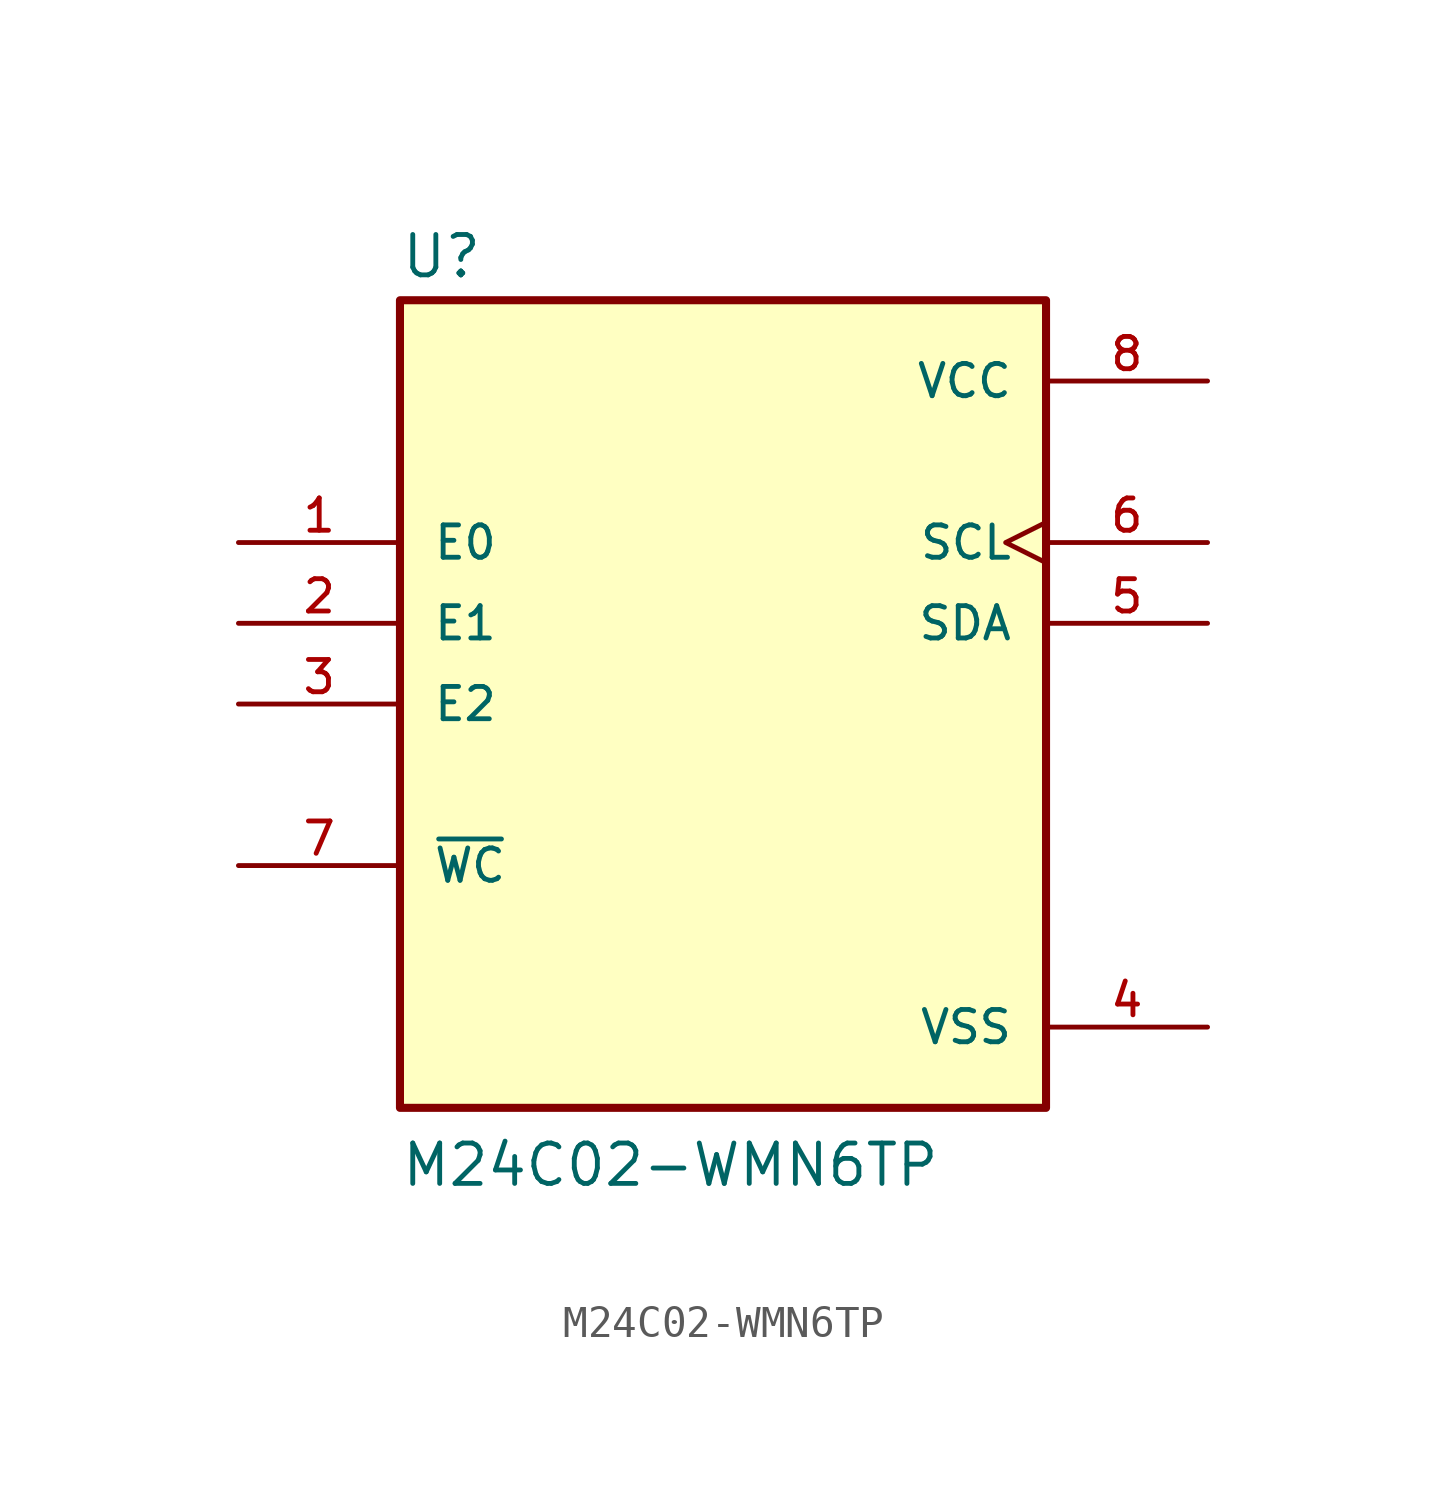
<source format=kicad_sym>
(kicad_symbol_lib
  (version 20211014)
  (generator kicad_symbol_editor)
  (symbol "M24C02-WMN6TP"
    (pin_names
      (offset 1.016))
    (property "Reference" "U"
      (at -10.16 13.335 0)
      (effects (font (size 1.27 1.27)) (justify bottom left)))
    (property "Value" "M24C02-WMN6TP"
      (at -10.16 -15.24 0)
      (effects (font (size 1.27 1.27)) (justify bottom left)))
    (symbol "M24C02-WMN6TP_0_0"
      (rectangle (start -10.16 -12.7) (end 10.16 12.7) (stroke (width 0.254)) (fill (type background)))
      (pin input line (at -15.24 5.08 0) (length 5.08) (name "E0" (effects (font (size 1.016 1.016)))) (number "1" (effects (font (size 1.016 1.016)))))
      (pin power_in line (at 15.24 10.16 180.0) (length 5.08) (name "VCC" (effects (font (size 1.016 1.016)))) (number "8" (effects (font (size 1.016 1.016)))))
      (pin input clock (at 15.24 5.08 180.0) (length 5.08) (name "SCL" (effects (font (size 1.016 1.016)))) (number "6" (effects (font (size 1.016 1.016)))))
      (pin bidirectional line (at 15.24 2.54 180.0) (length 5.08) (name "SDA" (effects (font (size 1.016 1.016)))) (number "5" (effects (font (size 1.016 1.016)))))
      (pin power_in line (at 15.24 -10.16 180.0) (length 5.08) (name "VSS" (effects (font (size 1.016 1.016)))) (number "4" (effects (font (size 1.016 1.016)))))
      (pin input line (at -15.24 2.54 0) (length 5.08) (name "E1" (effects (font (size 1.016 1.016)))) (number "2" (effects (font (size 1.016 1.016)))))
      (pin input line (at -15.24 0.0 0) (length 5.08) (name "E2" (effects (font (size 1.016 1.016)))) (number "3" (effects (font (size 1.016 1.016)))))
      (pin input line (at -15.24 -5.08 0) (length 5.08) (name "~{WC}" (effects (font (size 1.016 1.016)))) (number "7" (effects (font (size 1.016 1.016))))))))
</source>
